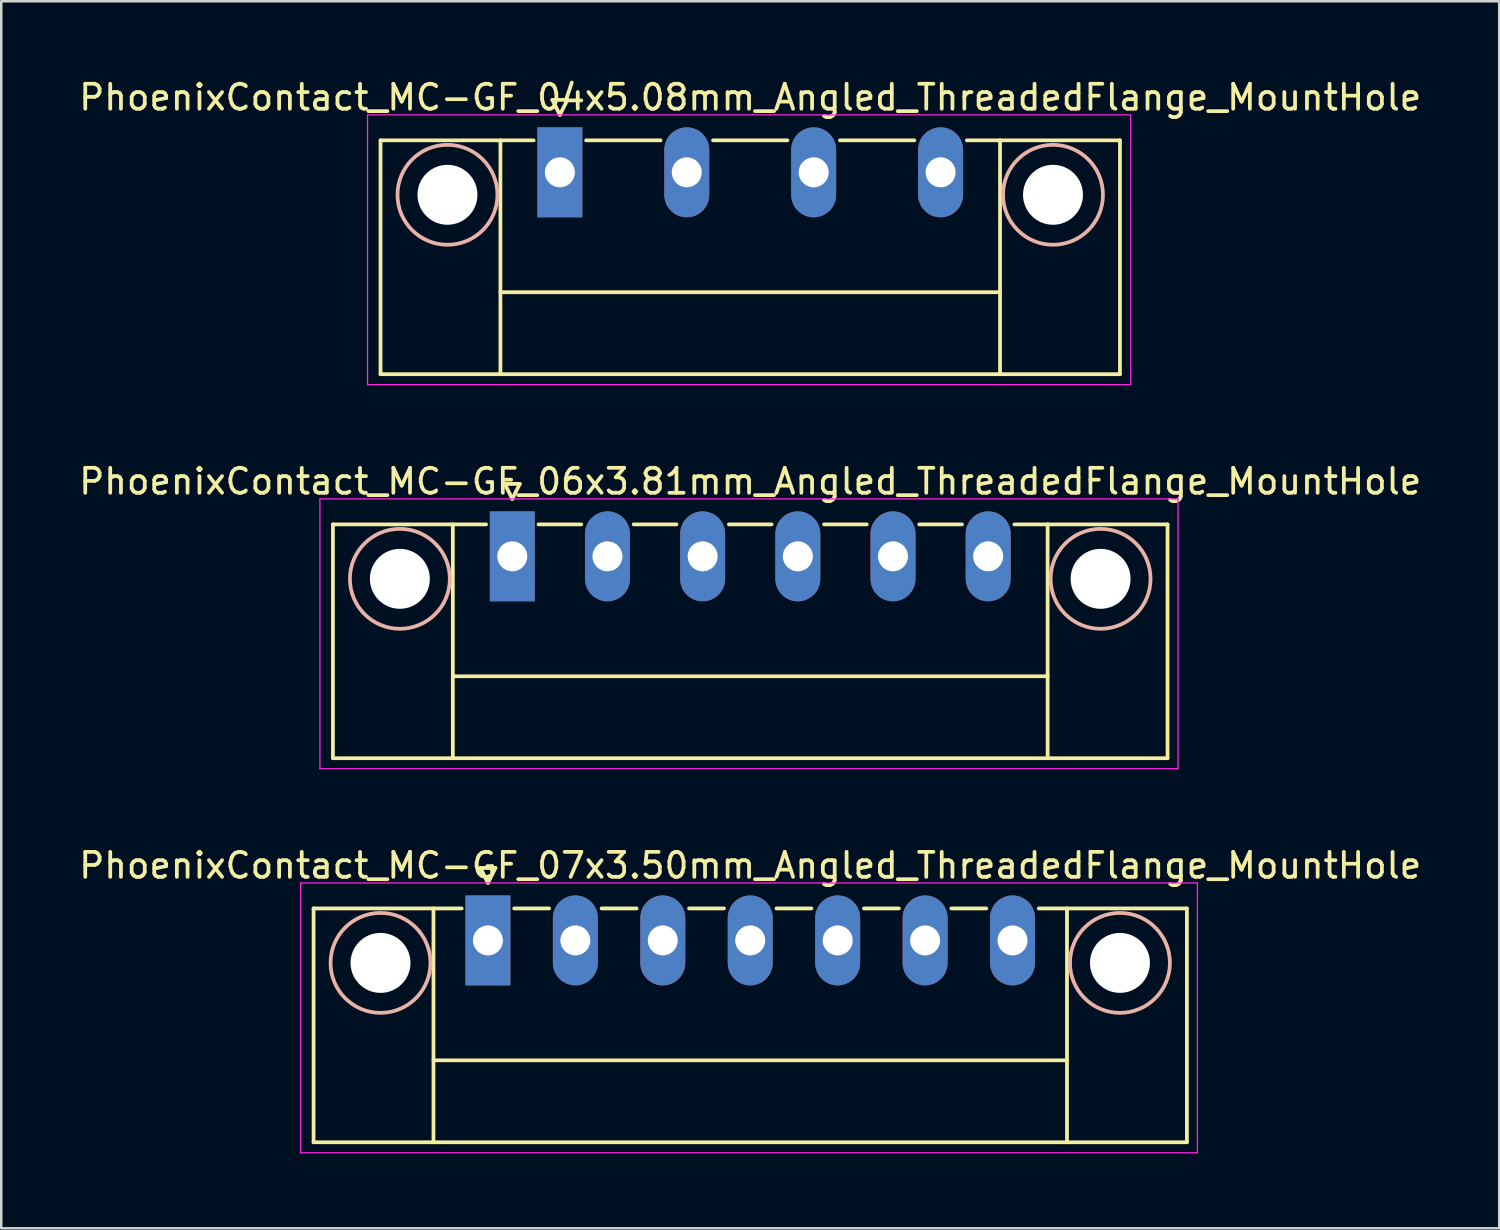
<source format=kicad_pcb>
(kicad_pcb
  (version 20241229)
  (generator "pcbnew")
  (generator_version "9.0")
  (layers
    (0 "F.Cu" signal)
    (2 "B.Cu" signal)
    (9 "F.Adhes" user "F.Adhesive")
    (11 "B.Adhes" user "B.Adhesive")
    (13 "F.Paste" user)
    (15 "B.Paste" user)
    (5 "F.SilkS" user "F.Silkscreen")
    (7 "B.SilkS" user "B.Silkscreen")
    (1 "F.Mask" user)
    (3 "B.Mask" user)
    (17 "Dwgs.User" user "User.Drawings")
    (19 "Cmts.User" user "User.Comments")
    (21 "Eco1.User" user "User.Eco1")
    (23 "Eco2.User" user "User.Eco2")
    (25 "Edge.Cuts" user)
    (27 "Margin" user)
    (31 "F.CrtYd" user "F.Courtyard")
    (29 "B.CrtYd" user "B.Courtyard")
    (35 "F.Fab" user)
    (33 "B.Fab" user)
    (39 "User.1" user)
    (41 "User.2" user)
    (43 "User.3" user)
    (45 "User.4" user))
  (footprint "PhoenixContact_MC-GF_06x3.81mm_Angled_ThreadedFlange_MountHole"
    (layer "F.Cu")
    (at 17.457 19.221)
    (property "Reference" "PhoenixContact_MC-GF_06x3.81mm_Angled_ThreadedFlange_MountHole" (at 9.525 -3 0) (layer "F.SilkS") (effects (font (size 1 1) (thickness 0.15))))
    (attr through_hole)
    (fp_line (start -7.18 -1.28) (end -7.18 8.08) (stroke (width 0.15) (type solid)) (layer "F.SilkS"))
    (fp_line (start -7.18 -1.28) (end -1.05 -1.28) (stroke (width 0.15) (type solid)) (layer "F.SilkS"))
    (fp_line (start -7.18 8.08) (end 26.23 8.08) (stroke (width 0.15) (type solid)) (layer "F.SilkS"))
    (fp_line (start -2.38 -1.28) (end -2.38 8.08) (stroke (width 0.15) (type solid)) (layer "F.SilkS"))
    (fp_line (start -2.38 4.8) (end 21.43 4.8) (stroke (width 0.15) (type solid)) (layer "F.SilkS"))
    (fp_line (start -0.3 -2.9) (end 0 -2.3) (stroke (width 0.15) (type solid)) (layer "F.SilkS"))
    (fp_line (start 0 -2.3) (end 0.3 -2.9) (stroke (width 0.15) (type solid)) (layer "F.SilkS"))
    (fp_line (start 0.3 -2.9) (end -0.3 -2.9) (stroke (width 0.15) (type solid)) (layer "F.SilkS"))
    (fp_line (start 1.05 -1.28) (end 2.76 -1.28) (stroke (width 0.15) (type solid)) (layer "F.SilkS"))
    (fp_line (start 4.86 -1.28) (end 6.57 -1.28) (stroke (width 0.15) (type solid)) (layer "F.SilkS"))
    (fp_line (start 8.67 -1.28) (end 10.38 -1.28) (stroke (width 0.15) (type solid)) (layer "F.SilkS"))
    (fp_line (start 12.48 -1.28) (end 14.19 -1.28) (stroke (width 0.15) (type solid)) (layer "F.SilkS"))
    (fp_line (start 16.29 -1.28) (end 18 -1.28) (stroke (width 0.15) (type solid)) (layer "F.SilkS"))
    (fp_line (start 21.43 -1.28) (end 21.43 8.08) (stroke (width 0.15) (type solid)) (layer "F.SilkS"))
    (fp_line (start 26.23 -1.28) (end 20.1 -1.28) (stroke (width 0.15) (type solid)) (layer "F.SilkS"))
    (fp_line (start 26.23 8.08) (end 26.23 -1.28) (stroke (width 0.15) (type solid)) (layer "F.SilkS"))
    (fp_circle (center -4.5 0.9) (end -2.5 0.9) (stroke (width 0.15) (type solid)) (fill no) (layer "B.SilkS"))
    (fp_circle (center 23.55 0.9) (end 25.55 0.9) (stroke (width 0.15) (type solid)) (fill no) (layer "B.SilkS"))
    (fp_line (start -7.7 -2.3) (end -7.7 8.5) (stroke (width 0.05) (type solid)) (layer "F.CrtYd"))
    (fp_line (start -7.7 8.5) (end 26.65 8.5) (stroke (width 0.05) (type solid)) (layer "F.CrtYd"))
    (fp_line (start 26.65 -2.3) (end -7.7 -2.3) (stroke (width 0.05) (type solid)) (layer "F.CrtYd"))
    (fp_line (start 26.65 8.5) (end 26.65 -2.3) (stroke (width 0.05) (type solid)) (layer "F.CrtYd"))
    (pad "" np_thru_hole circle (at -4.5 0.9) (size 2.4 2.4) (drill 2.4) (layers "*.Cu" "*.Mask"))
    (pad "" np_thru_hole circle (at 23.55 0.9) (size 2.4 2.4) (drill 2.4) (layers "*.Cu" "*.Mask"))
    (pad "1" thru_hole rect (at 0 0) (size 1.8 3.6) (drill 1.2) (layers "*.Cu" "*.Mask"))
    (pad "2" thru_hole oval (at 3.81 0) (size 1.8 3.6) (drill 1.2) (layers "*.Cu" "*.Mask"))
    (pad "3" thru_hole oval (at 7.62 0) (size 1.8 3.6) (drill 1.2) (layers "*.Cu" "*.Mask"))
    (pad "4" thru_hole oval (at 11.43 0) (size 1.8 3.6) (drill 1.2) (layers "*.Cu" "*.Mask"))
    (pad "5" thru_hole oval (at 15.24 0) (size 1.8 3.6) (drill 1.2) (layers "*.Cu" "*.Mask"))
    (pad "6" thru_hole oval (at 19.05 0) (size 1.8 3.6) (drill 1.2) (layers "*.Cu" "*.Mask")))
  (footprint "PhoenixContact_MC-GF_07x3.50mm_Angled_ThreadedFlange_MountHole"
    (layer "F.Cu")
    (at 16.482 34.595)
    (property "Reference" "PhoenixContact_MC-GF_07x3.50mm_Angled_ThreadedFlange_MountHole" (at 10.5 -3 0) (layer "F.SilkS") (effects (font (size 1 1) (thickness 0.15))))
    (attr through_hole)
    (fp_line (start -6.98 -1.28) (end -6.98 8.08) (stroke (width 0.15) (type solid)) (layer "F.SilkS"))
    (fp_line (start -6.98 -1.28) (end -1.05 -1.28) (stroke (width 0.15) (type solid)) (layer "F.SilkS"))
    (fp_line (start -6.98 8.08) (end 27.98 8.08) (stroke (width 0.15) (type solid)) (layer "F.SilkS"))
    (fp_line (start -2.18 -1.28) (end -2.18 8.08) (stroke (width 0.15) (type solid)) (layer "F.SilkS"))
    (fp_line (start -2.18 4.8) (end 23.18 4.8) (stroke (width 0.15) (type solid)) (layer "F.SilkS"))
    (fp_line (start -0.3 -2.9) (end 0 -2.3) (stroke (width 0.15) (type solid)) (layer "F.SilkS"))
    (fp_line (start 0 -2.3) (end 0.3 -2.9) (stroke (width 0.15) (type solid)) (layer "F.SilkS"))
    (fp_line (start 0.3 -2.9) (end -0.3 -2.9) (stroke (width 0.15) (type solid)) (layer "F.SilkS"))
    (fp_line (start 1.05 -1.28) (end 2.45 -1.28) (stroke (width 0.15) (type solid)) (layer "F.SilkS"))
    (fp_line (start 4.55 -1.28) (end 5.95 -1.28) (stroke (width 0.15) (type solid)) (layer "F.SilkS"))
    (fp_line (start 8.05 -1.28) (end 9.45 -1.28) (stroke (width 0.15) (type solid)) (layer "F.SilkS"))
    (fp_line (start 11.55 -1.28) (end 12.95 -1.28) (stroke (width 0.15) (type solid)) (layer "F.SilkS"))
    (fp_line (start 15.05 -1.28) (end 16.45 -1.28) (stroke (width 0.15) (type solid)) (layer "F.SilkS"))
    (fp_line (start 18.55 -1.28) (end 19.95 -1.28) (stroke (width 0.15) (type solid)) (layer "F.SilkS"))
    (fp_line (start 23.18 -1.28) (end 23.18 8.08) (stroke (width 0.15) (type solid)) (layer "F.SilkS"))
    (fp_line (start 27.98 -1.28) (end 22.05 -1.28) (stroke (width 0.15) (type solid)) (layer "F.SilkS"))
    (fp_line (start 27.98 8.08) (end 27.98 -1.28) (stroke (width 0.15) (type solid)) (layer "F.SilkS"))
    (fp_circle (center -4.3 0.9) (end -2.3 0.9) (stroke (width 0.15) (type solid)) (fill no) (layer "B.SilkS"))
    (fp_circle (center 25.3 0.9) (end 27.3 0.9) (stroke (width 0.15) (type solid)) (fill no) (layer "B.SilkS"))
    (fp_line (start -7.5 -2.3) (end -7.5 8.5) (stroke (width 0.05) (type solid)) (layer "F.CrtYd"))
    (fp_line (start -7.5 8.5) (end 28.4 8.5) (stroke (width 0.05) (type solid)) (layer "F.CrtYd"))
    (fp_line (start 28.4 -2.3) (end -7.5 -2.3) (stroke (width 0.05) (type solid)) (layer "F.CrtYd"))
    (fp_line (start 28.4 8.5) (end 28.4 -2.3) (stroke (width 0.05) (type solid)) (layer "F.CrtYd"))
    (pad "" np_thru_hole circle (at -4.3 0.9) (size 2.4 2.4) (drill 2.4) (layers "*.Cu" "*.Mask"))
    (pad "" np_thru_hole circle (at 25.3 0.9) (size 2.4 2.4) (drill 2.4) (layers "*.Cu" "*.Mask"))
    (pad "1" thru_hole rect (at 0 0) (size 1.8 3.6) (drill 1.2) (layers "*.Cu" "*.Mask"))
    (pad "2" thru_hole oval (at 3.5 0) (size 1.8 3.6) (drill 1.2) (layers "*.Cu" "*.Mask"))
    (pad "3" thru_hole oval (at 7 0) (size 1.8 3.6) (drill 1.2) (layers "*.Cu" "*.Mask"))
    (pad "4" thru_hole oval (at 10.5 0) (size 1.8 3.6) (drill 1.2) (layers "*.Cu" "*.Mask"))
    (pad "5" thru_hole oval (at 14 0) (size 1.8 3.6) (drill 1.2) (layers "*.Cu" "*.Mask"))
    (pad "6" thru_hole oval (at 17.5 0) (size 1.8 3.6) (drill 1.2) (layers "*.Cu" "*.Mask"))
    (pad "7" thru_hole oval (at 21 0) (size 1.8 3.6) (drill 1.2) (layers "*.Cu" "*.Mask")))
  (footprint "PhoenixContact_MC-GF_04x5.08mm_Angled_ThreadedFlange_MountHole"
    (layer "F.Cu")
    (at 19.362 3.848)
    (property "Reference" "PhoenixContact_MC-GF_04x5.08mm_Angled_ThreadedFlange_MountHole" (at 7.62 -3 0) (layer "F.SilkS") (effects (font (size 1 1) (thickness 0.15))))
    (attr through_hole)
    (fp_line (start -7.18 -1.28) (end -7.18 8.08) (stroke (width 0.15) (type solid)) (layer "F.SilkS"))
    (fp_line (start -7.18 -1.28) (end -1.05 -1.28) (stroke (width 0.15) (type solid)) (layer "F.SilkS"))
    (fp_line (start -7.18 8.08) (end 22.42 8.08) (stroke (width 0.15) (type solid)) (layer "F.SilkS"))
    (fp_line (start -2.38 -1.28) (end -2.38 8.08) (stroke (width 0.15) (type solid)) (layer "F.SilkS"))
    (fp_line (start -2.38 4.8) (end 17.62 4.8) (stroke (width 0.15) (type solid)) (layer "F.SilkS"))
    (fp_line (start -0.3 -2.9) (end 0 -2.3) (stroke (width 0.15) (type solid)) (layer "F.SilkS"))
    (fp_line (start 0 -2.3) (end 0.3 -2.9) (stroke (width 0.15) (type solid)) (layer "F.SilkS"))
    (fp_line (start 0.3 -2.9) (end -0.3 -2.9) (stroke (width 0.15) (type solid)) (layer "F.SilkS"))
    (fp_line (start 1.05 -1.28) (end 4.03 -1.28) (stroke (width 0.15) (type solid)) (layer "F.SilkS"))
    (fp_line (start 6.13 -1.28) (end 9.11 -1.28) (stroke (width 0.15) (type solid)) (layer "F.SilkS"))
    (fp_line (start 11.21 -1.28) (end 14.19 -1.28) (stroke (width 0.15) (type solid)) (layer "F.SilkS"))
    (fp_line (start 17.62 -1.28) (end 17.62 8.08) (stroke (width 0.15) (type solid)) (layer "F.SilkS"))
    (fp_line (start 22.42 -1.28) (end 16.29 -1.28) (stroke (width 0.15) (type solid)) (layer "F.SilkS"))
    (fp_line (start 22.42 8.08) (end 22.42 -1.28) (stroke (width 0.15) (type solid)) (layer "F.SilkS"))
    (fp_circle (center -4.5 0.9) (end -2.5 0.9) (stroke (width 0.15) (type solid)) (fill no) (layer "B.SilkS"))
    (fp_circle (center 19.74 0.9) (end 21.74 0.9) (stroke (width 0.15) (type solid)) (fill no) (layer "B.SilkS"))
    (fp_line (start -7.7 -2.3) (end -7.7 8.5) (stroke (width 0.05) (type solid)) (layer "F.CrtYd"))
    (fp_line (start -7.7 8.5) (end 22.85 8.5) (stroke (width 0.05) (type solid)) (layer "F.CrtYd"))
    (fp_line (start 22.85 -2.3) (end -7.7 -2.3) (stroke (width 0.05) (type solid)) (layer "F.CrtYd"))
    (fp_line (start 22.85 8.5) (end 22.85 -2.3) (stroke (width 0.05) (type solid)) (layer "F.CrtYd"))
    (pad "" np_thru_hole circle (at -4.5 0.9) (size 2.4 2.4) (drill 2.4) (layers "*.Cu" "*.Mask"))
    (pad "" np_thru_hole circle (at 19.74 0.9) (size 2.4 2.4) (drill 2.4) (layers "*.Cu" "*.Mask"))
    (pad "1" thru_hole rect (at 0 0) (size 1.8 3.6) (drill 1.2) (layers "*.Cu" "*.Mask"))
    (pad "2" thru_hole oval (at 5.08 0) (size 1.8 3.6) (drill 1.2) (layers "*.Cu" "*.Mask"))
    (pad "3" thru_hole oval (at 10.16 0) (size 1.8 3.6) (drill 1.2) (layers "*.Cu" "*.Mask"))
    (pad "4" thru_hole oval (at 15.24 0) (size 1.8 3.6) (drill 1.2) (layers "*.Cu" "*.Mask")))
  (gr_rect
    (start -3 -3)
    (end 56.964 46.12)
    (stroke (width 0.1) (type default))
    (fill no)
    (layer "Edge.Cuts")))
</source>
